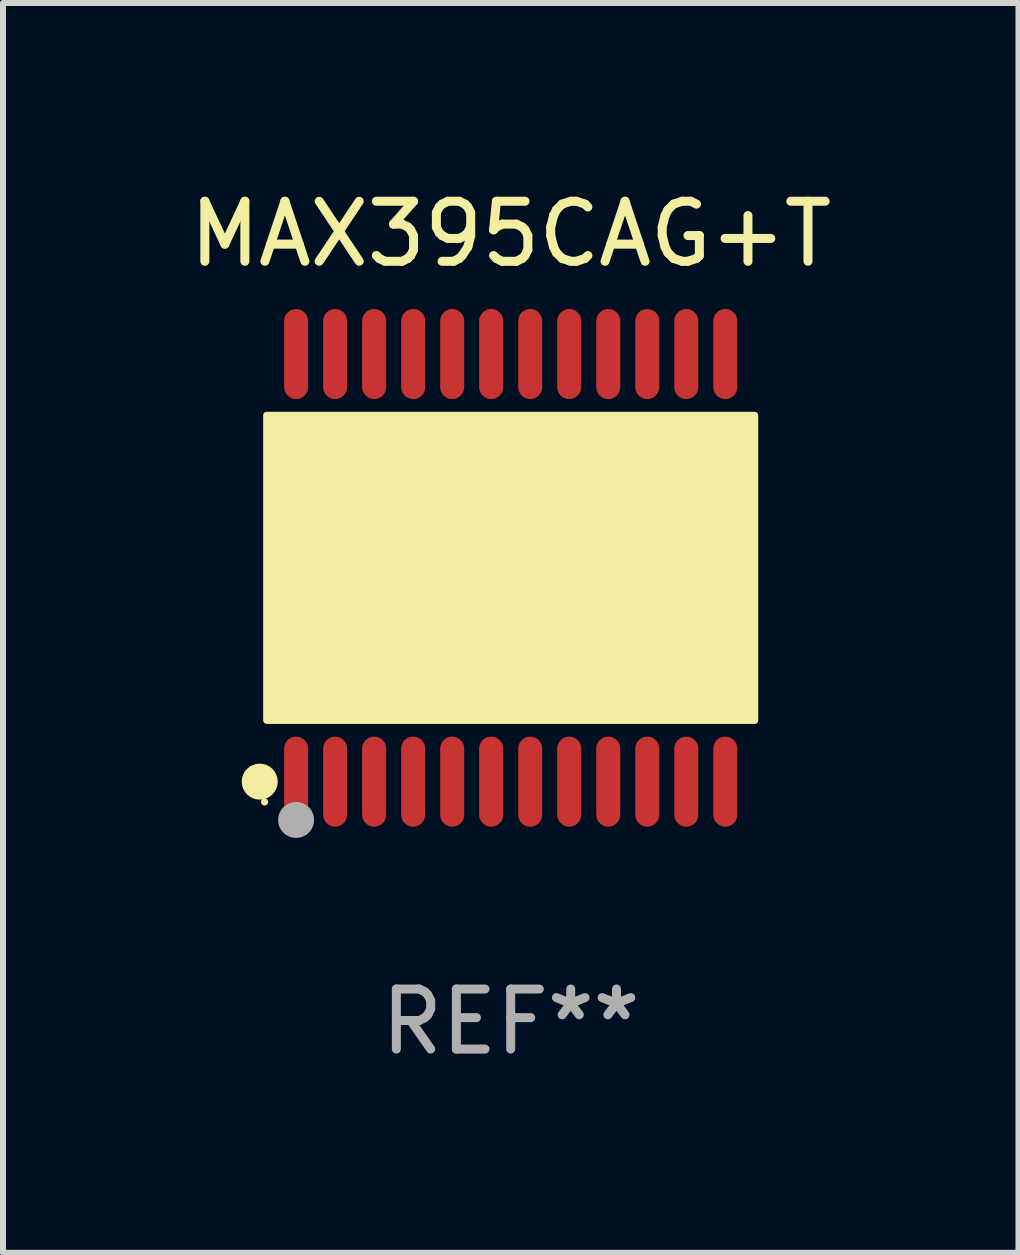
<source format=kicad_pcb>
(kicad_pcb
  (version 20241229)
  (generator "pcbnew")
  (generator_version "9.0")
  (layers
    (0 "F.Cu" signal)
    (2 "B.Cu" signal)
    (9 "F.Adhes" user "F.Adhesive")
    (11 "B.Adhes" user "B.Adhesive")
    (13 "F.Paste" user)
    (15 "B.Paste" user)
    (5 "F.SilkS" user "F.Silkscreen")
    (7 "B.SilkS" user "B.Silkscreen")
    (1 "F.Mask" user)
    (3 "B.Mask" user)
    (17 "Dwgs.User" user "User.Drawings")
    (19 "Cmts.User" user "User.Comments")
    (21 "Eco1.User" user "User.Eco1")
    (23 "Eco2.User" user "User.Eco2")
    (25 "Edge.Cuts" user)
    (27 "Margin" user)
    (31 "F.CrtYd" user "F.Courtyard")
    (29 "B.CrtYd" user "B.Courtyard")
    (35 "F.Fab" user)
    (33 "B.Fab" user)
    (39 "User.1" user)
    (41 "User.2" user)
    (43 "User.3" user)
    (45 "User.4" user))
  (footprint "MAX395CAG+T"
    (layer "F.Cu")
    (at 5.458 6.41)
    (property "Reference" "MAX395CAG+T" (at 0 -5.562 0) (layer "F.SilkS") (effects (font (size 1 1) (thickness 0.15))))
    (attr through_hole)
    (fp_circle (center -4.181 3.562) (end -4.031 3.562) (stroke (width 0.3) (type solid)) (fill no) (layer "F.SilkS"))
    (fp_circle (center -4.1 3.9) (end -4.07 3.9) (stroke (width 0.06) (type solid)) (fill no) (layer "F.SilkS"))
    (fp_circle (center -3.575 1.819) (end -3.425 1.819) (stroke (width 0.3) (type solid)) (fill no) (layer "F.SilkS"))
    (fp_poly (pts (xy -4.064 -2.54) (xy 4.064 -2.54) (xy 4.064 2.54) (xy -4.064 2.54)) (stroke (width 0.12) (type solid)) (fill yes) (layer "F.SilkS"))
    (fp_circle (center -3.575 4.2) (end -3.425 4.2) (stroke (width 0.3) (type solid)) (fill no) (layer "F.Fab"))
    (fp_text user "REF**" (at 0 7.562 0) (layer "F.Fab") (effects (font (size 1 1) (thickness 0.15))))
    (pad "1" smd oval (at -3.575 3.562) (size 0.4 1.5) (layers "F.Cu" "F.Mask" "F.Paste"))
    (pad "2" smd oval (at -2.925 3.562) (size 0.4 1.5) (layers "F.Cu" "F.Mask" "F.Paste"))
    (pad "3" smd oval (at -2.275 3.562) (size 0.4 1.5) (layers "F.Cu" "F.Mask" "F.Paste"))
    (pad "4" smd oval (at -1.625 3.562) (size 0.4 1.5) (layers "F.Cu" "F.Mask" "F.Paste"))
    (pad "5" smd oval (at -0.975 3.562) (size 0.4 1.5) (layers "F.Cu" "F.Mask" "F.Paste"))
    (pad "6" smd oval (at -0.325 3.562) (size 0.4 1.5) (layers "F.Cu" "F.Mask" "F.Paste"))
    (pad "7" smd oval (at 0.325 3.562) (size 0.4 1.5) (layers "F.Cu" "F.Mask" "F.Paste"))
    (pad "8" smd oval (at 0.975 3.562) (size 0.4 1.5) (layers "F.Cu" "F.Mask" "F.Paste"))
    (pad "9" smd oval (at 1.625 3.562) (size 0.4 1.5) (layers "F.Cu" "F.Mask" "F.Paste"))
    (pad "10" smd oval (at 2.275 3.562) (size 0.4 1.5) (layers "F.Cu" "F.Mask" "F.Paste"))
    (pad "11" smd oval (at 2.925 3.562) (size 0.4 1.5) (layers "F.Cu" "F.Mask" "F.Paste"))
    (pad "12" smd oval (at 3.575 3.562) (size 0.4 1.5) (layers "F.Cu" "F.Mask" "F.Paste"))
    (pad "13" smd oval (at 3.575 -3.562) (size 0.4 1.5) (layers "F.Cu" "F.Mask" "F.Paste"))
    (pad "14" smd oval (at 2.925 -3.562) (size 0.4 1.5) (layers "F.Cu" "F.Mask" "F.Paste"))
    (pad "15" smd oval (at 2.275 -3.562) (size 0.4 1.5) (layers "F.Cu" "F.Mask" "F.Paste"))
    (pad "16" smd oval (at 1.625 -3.562) (size 0.4 1.5) (layers "F.Cu" "F.Mask" "F.Paste"))
    (pad "17" smd oval (at 0.975 -3.562) (size 0.4 1.5) (layers "F.Cu" "F.Mask" "F.Paste"))
    (pad "18" smd oval (at 0.325 -3.562) (size 0.4 1.5) (layers "F.Cu" "F.Mask" "F.Paste"))
    (pad "19" smd oval (at -0.325 -3.562) (size 0.4 1.5) (layers "F.Cu" "F.Mask" "F.Paste"))
    (pad "20" smd oval (at -0.975 -3.562) (size 0.4 1.5) (layers "F.Cu" "F.Mask" "F.Paste"))
    (pad "21" smd oval (at -1.625 -3.562) (size 0.4 1.5) (layers "F.Cu" "F.Mask" "F.Paste"))
    (pad "22" smd oval (at -2.275 -3.562) (size 0.4 1.5) (layers "F.Cu" "F.Mask" "F.Paste"))
    (pad "23" smd oval (at -2.925 -3.562) (size 0.4 1.5) (layers "F.Cu" "F.Mask" "F.Paste"))
    (pad "24" smd oval (at -3.575 -3.562) (size 0.4 1.5) (layers "F.Cu" "F.Mask" "F.Paste")))
  (gr_rect
    (start -3 -3)
    (end 13.917 17.821)
    (stroke (width 0.1) (type default))
    (fill no)
    (layer "Edge.Cuts")))
</source>
